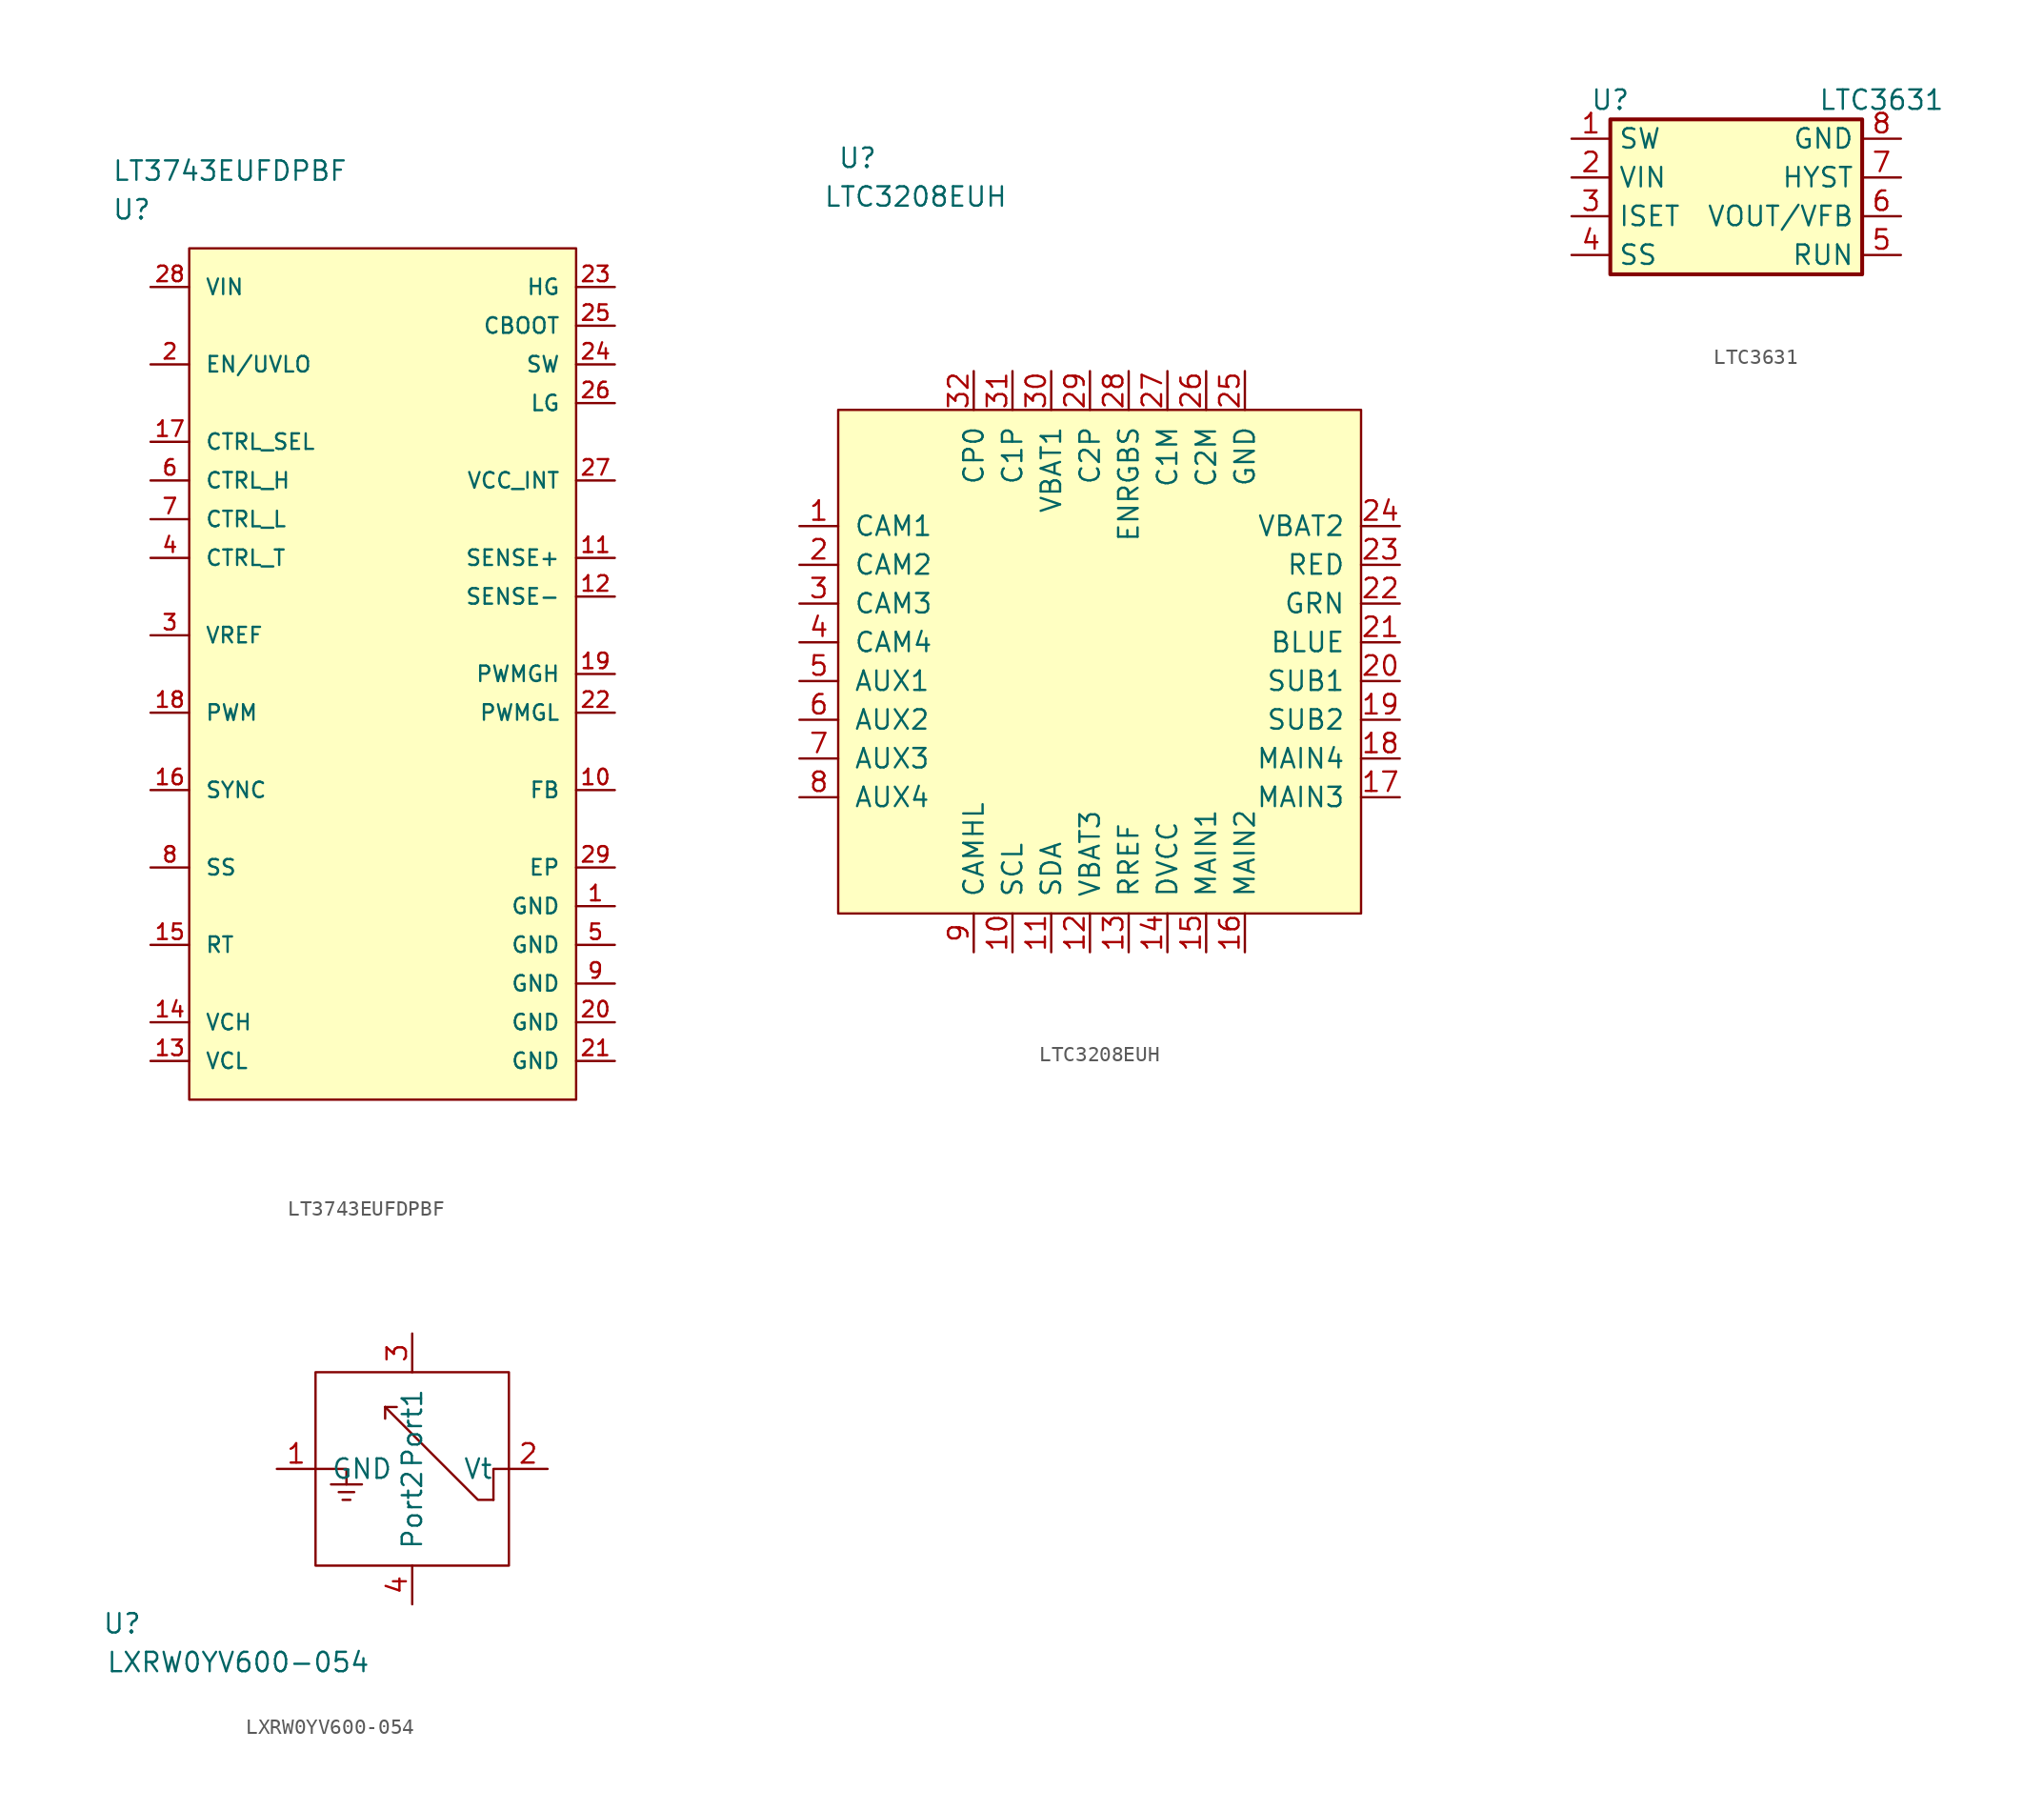
<source format=kicad_sym>
(kicad_symbol_lib
  (version 20201005)
  (generator kicad_symbol_editor)
  (symbol "mSchLibrary:LT3743EUFDPBF"
    (pin_names
      (offset 1.016))
    (property "Reference" "U"
      (at 0 5.08 0)
      (effects (font (size 1.27 1.27)) (justify left)))
    (property "Value" "LT3743EUFDPBF"
      (at 0 7.62 0)
      (effects (font (size 1.27 1.27)) (justify left)))
    (property "ki_locked" ""
      (at 0 0 0)
      (effects (font (size 1.27 1.27))))
    (symbol "LT3743EUFDPBF_1_1"
      (rectangle (start 5.08 2.54) (end 30.48 -53.34) (stroke (width 0)) (fill (type background)))
      (pin power_in line (at 33.02 -40.64 180) (length 2.54) (name "GND" (effects (font (size 1.016 1.016)))) (number "1" (effects (font (size 1.016 1.016)))))
      (pin input line (at 33.02 -33.02 180) (length 2.54) (name "FB" (effects (font (size 1.016 1.016)))) (number "10" (effects (font (size 1.016 1.016)))))
      (pin input line (at 33.02 -17.78 180) (length 2.54) (name "SENSE+" (effects (font (size 1.016 1.016)))) (number "11" (effects (font (size 1.016 1.016)))))
      (pin input line (at 33.02 -20.32 180) (length 2.54) (name "SENSE-" (effects (font (size 1.016 1.016)))) (number "12" (effects (font (size 1.016 1.016)))))
      (pin passive line (at 2.54 -50.8 0) (length 2.54) (name "VCL" (effects (font (size 1.016 1.016)))) (number "13" (effects (font (size 1.016 1.016)))))
      (pin passive line (at 2.54 -48.26 0) (length 2.54) (name "VCH" (effects (font (size 1.016 1.016)))) (number "14" (effects (font (size 1.016 1.016)))))
      (pin passive line (at 2.54 -43.18 0) (length 2.54) (name "RT" (effects (font (size 1.016 1.016)))) (number "15" (effects (font (size 1.016 1.016)))))
      (pin input line (at 2.54 -33.02 0) (length 2.54) (name "SYNC" (effects (font (size 1.016 1.016)))) (number "16" (effects (font (size 1.016 1.016)))))
      (pin input line (at 2.54 -10.16 0) (length 2.54) (name "CTRL_SEL" (effects (font (size 1.016 1.016)))) (number "17" (effects (font (size 1.016 1.016)))))
      (pin input line (at 2.54 -27.94 0) (length 2.54) (name "PWM" (effects (font (size 1.016 1.016)))) (number "18" (effects (font (size 1.016 1.016)))))
      (pin output line (at 33.02 -25.4 180) (length 2.54) (name "PWMGH" (effects (font (size 1.016 1.016)))) (number "19" (effects (font (size 1.016 1.016)))))
      (pin input line (at 2.54 -5.08 0) (length 2.54) (name "EN/UVLO" (effects (font (size 1.016 1.016)))) (number "2" (effects (font (size 1.016 1.016)))))
      (pin power_in line (at 33.02 -48.26 180) (length 2.54) (name "GND" (effects (font (size 1.016 1.016)))) (number "20" (effects (font (size 1.016 1.016)))))
      (pin power_in line (at 33.02 -50.8 180) (length 2.54) (name "GND" (effects (font (size 1.016 1.016)))) (number "21" (effects (font (size 1.016 1.016)))))
      (pin output line (at 33.02 -27.94 180) (length 2.54) (name "PWMGL" (effects (font (size 1.016 1.016)))) (number "22" (effects (font (size 1.016 1.016)))))
      (pin output line (at 33.02 0 180) (length 2.54) (name "HG" (effects (font (size 1.016 1.016)))) (number "23" (effects (font (size 1.016 1.016)))))
      (pin passive line (at 33.02 -5.08 180) (length 2.54) (name "SW" (effects (font (size 1.016 1.016)))) (number "24" (effects (font (size 1.016 1.016)))))
      (pin power_in line (at 33.02 -2.54 180) (length 2.54) (name "CBOOT" (effects (font (size 1.016 1.016)))) (number "25" (effects (font (size 1.016 1.016)))))
      (pin output line (at 33.02 -7.62 180) (length 2.54) (name "LG" (effects (font (size 1.016 1.016)))) (number "26" (effects (font (size 1.016 1.016)))))
      (pin power_in line (at 33.02 -12.7 180) (length 2.54) (name "VCC_INT" (effects (font (size 1.016 1.016)))) (number "27" (effects (font (size 1.016 1.016)))))
      (pin power_in line (at 2.54 0 0) (length 2.54) (name "VIN" (effects (font (size 1.016 1.016)))) (number "28" (effects (font (size 1.016 1.016)))))
      (pin power_in line (at 33.02 -38.1 180) (length 2.54) (name "EP" (effects (font (size 1.016 1.016)))) (number "29" (effects (font (size 1.016 1.016)))))
      (pin output line (at 2.54 -22.86 0) (length 2.54) (name "VREF" (effects (font (size 1.016 1.016)))) (number "3" (effects (font (size 1.016 1.016)))))
      (pin input line (at 2.54 -17.78 0) (length 2.54) (name "CTRL_T" (effects (font (size 1.016 1.016)))) (number "4" (effects (font (size 1.016 1.016)))))
      (pin power_in line (at 33.02 -43.18 180) (length 2.54) (name "GND" (effects (font (size 1.016 1.016)))) (number "5" (effects (font (size 1.016 1.016)))))
      (pin input line (at 2.54 -12.7 0) (length 2.54) (name "CTRL_H" (effects (font (size 1.016 1.016)))) (number "6" (effects (font (size 1.016 1.016)))))
      (pin input line (at 2.54 -15.24 0) (length 2.54) (name "CTRL_L" (effects (font (size 1.016 1.016)))) (number "7" (effects (font (size 1.016 1.016)))))
      (pin input line (at 2.54 -38.1 0) (length 2.54) (name "SS" (effects (font (size 1.016 1.016)))) (number "8" (effects (font (size 1.016 1.016)))))
      (pin power_in line (at 33.02 -45.72 180) (length 2.54) (name "GND" (effects (font (size 1.016 1.016)))) (number "9" (effects (font (size 1.016 1.016)))))))
  (symbol "mSchLibrary:LTC3208EUH"
    (pin_names
      (offset 1.016))
    (property "Reference" "U"
      (at -15.24 33.02 0)
      (effects (font (size 1.27 1.27))))
    (property "Value" "LTC3208EUH"
      (at -11.43 30.48 0)
      (effects (font (size 1.27 1.27))))
    (symbol "LTC3208EUH_0_0"
      (pin input line (at -19.05 8.89 0) (length 2.54) (name "CAM1" (effects (font (size 1.27 1.27)))) (number "1" (effects (font (size 1.27 1.27)))))
      (pin input line (at -5.08 -19.05 90) (length 2.54) (name "SCL" (effects (font (size 1.27 1.27)))) (number "10" (effects (font (size 1.27 1.27)))))
      (pin bidirectional line (at -2.54 -19.05 90) (length 2.54) (name "SDA" (effects (font (size 1.27 1.27)))) (number "11" (effects (font (size 1.27 1.27)))))
      (pin power_in line (at 0 -19.05 90) (length 2.54) (name "VBAT3" (effects (font (size 1.27 1.27)))) (number "12" (effects (font (size 1.27 1.27)))))
      (pin input line (at 2.54 -19.05 90) (length 2.54) (name "RREF" (effects (font (size 1.27 1.27)))) (number "13" (effects (font (size 1.27 1.27)))))
      (pin power_in line (at 5.08 -19.05 90) (length 2.54) (name "DVCC" (effects (font (size 1.27 1.27)))) (number "14" (effects (font (size 1.27 1.27)))))
      (pin input line (at 7.62 -19.05 90) (length 2.54) (name "MAIN1" (effects (font (size 1.27 1.27)))) (number "15" (effects (font (size 1.27 1.27)))))
      (pin input line (at 10.16 -19.05 90) (length 2.54) (name "MAIN2" (effects (font (size 1.27 1.27)))) (number "16" (effects (font (size 1.27 1.27)))))
      (pin input line (at 20.32 -8.89 180) (length 2.54) (name "MAIN3" (effects (font (size 1.27 1.27)))) (number "17" (effects (font (size 1.27 1.27)))))
      (pin input line (at 20.32 -6.35 180) (length 2.54) (name "MAIN4" (effects (font (size 1.27 1.27)))) (number "18" (effects (font (size 1.27 1.27)))))
      (pin input line (at 20.32 -3.81 180) (length 2.54) (name "SUB2" (effects (font (size 1.27 1.27)))) (number "19" (effects (font (size 1.27 1.27)))))
      (pin input line (at -19.05 6.35 0) (length 2.54) (name "CAM2" (effects (font (size 1.27 1.27)))) (number "2" (effects (font (size 1.27 1.27)))))
      (pin input line (at 20.32 -1.27 180) (length 2.54) (name "SUB1" (effects (font (size 1.27 1.27)))) (number "20" (effects (font (size 1.27 1.27)))))
      (pin input line (at 20.32 1.27 180) (length 2.54) (name "BLUE" (effects (font (size 1.27 1.27)))) (number "21" (effects (font (size 1.27 1.27)))))
      (pin input line (at 20.32 3.81 180) (length 2.54) (name "GRN" (effects (font (size 1.27 1.27)))) (number "22" (effects (font (size 1.27 1.27)))))
      (pin input line (at 20.32 6.35 180) (length 2.54) (name "RED" (effects (font (size 1.27 1.27)))) (number "23" (effects (font (size 1.27 1.27)))))
      (pin power_in line (at 20.32 8.89 180) (length 2.54) (name "VBAT2" (effects (font (size 1.27 1.27)))) (number "24" (effects (font (size 1.27 1.27)))))
      (pin power_in line (at 10.16 19.05 270) (length 2.54) (name "GND" (effects (font (size 1.27 1.27)))) (number "25" (effects (font (size 1.27 1.27)))))
      (pin input line (at 7.62 19.05 270) (length 2.54) (name "C2M" (effects (font (size 1.27 1.27)))) (number "26" (effects (font (size 1.27 1.27)))))
      (pin input line (at 5.08 19.05 270) (length 2.54) (name "C1M" (effects (font (size 1.27 1.27)))) (number "27" (effects (font (size 1.27 1.27)))))
      (pin input line (at 2.54 19.05 270) (length 2.54) (name "ENRGBS" (effects (font (size 1.27 1.27)))) (number "28" (effects (font (size 1.27 1.27)))))
      (pin input line (at 0 19.05 270) (length 2.54) (name "C2P" (effects (font (size 1.27 1.27)))) (number "29" (effects (font (size 1.27 1.27)))))
      (pin input line (at -19.05 3.81 0) (length 2.54) (name "CAM3" (effects (font (size 1.27 1.27)))) (number "3" (effects (font (size 1.27 1.27)))))
      (pin power_in line (at -2.54 19.05 270) (length 2.54) (name "VBAT1" (effects (font (size 1.27 1.27)))) (number "30" (effects (font (size 1.27 1.27)))))
      (pin input line (at -5.08 19.05 270) (length 2.54) (name "C1P" (effects (font (size 1.27 1.27)))) (number "31" (effects (font (size 1.27 1.27)))))
      (pin input line (at -7.62 19.05 270) (length 2.54) (name "CP0" (effects (font (size 1.27 1.27)))) (number "32" (effects (font (size 1.27 1.27)))))
      (pin power_in line (at -12.7 19.05 270) (length 2.54) hide (name "GND" (effects (font (size 1.27 1.27)))) (number "33" (effects (font (size 1.27 1.27)))))
      (pin input line (at -19.05 1.27 0) (length 2.54) (name "CAM4" (effects (font (size 1.27 1.27)))) (number "4" (effects (font (size 1.27 1.27)))))
      (pin input line (at -19.05 -1.27 0) (length 2.54) (name "AUX1" (effects (font (size 1.27 1.27)))) (number "5" (effects (font (size 1.27 1.27)))))
      (pin input line (at -19.05 -3.81 0) (length 2.54) (name "AUX2" (effects (font (size 1.27 1.27)))) (number "6" (effects (font (size 1.27 1.27)))))
      (pin input line (at -19.05 -6.35 0) (length 2.54) (name "AUX3" (effects (font (size 1.27 1.27)))) (number "7" (effects (font (size 1.27 1.27)))))
      (pin input line (at -19.05 -8.89 0) (length 2.54) (name "AUX4" (effects (font (size 1.27 1.27)))) (number "8" (effects (font (size 1.27 1.27)))))
      (pin input line (at -7.62 -19.05 90) (length 2.54) (name "CAMHL" (effects (font (size 1.27 1.27)))) (number "9" (effects (font (size 1.27 1.27))))))
    (symbol "LTC3208EUH_0_1"
      (rectangle (start -16.51 16.51) (end 17.78 -16.51) (stroke (width 0)) (fill (type background)))))
  (symbol "mSchLibrary:LTC3631"
    (property "Reference" "U"
      (at -7.62 6.35 0)
      (effects (font (size 1.27 1.27))))
    (property "Value" "LTC3631"
      (at 10.16 6.35 0)
      (effects (font (size 1.27 1.27))))
    (symbol "LTC3631_1_0"
      (pin power_out line (at -10.16 3.81 0) (length 2.54) (name "SW" (effects (font (size 1.27 1.27)))) (number "1" (effects (font (size 1.27 1.27)))))
      (pin power_in line (at -10.16 1.27 0) (length 2.54) (name "VIN" (effects (font (size 1.27 1.27)))) (number "2" (effects (font (size 1.27 1.27)))))
      (pin input line (at -10.16 -1.27 0) (length 2.54) (name "ISET" (effects (font (size 1.27 1.27)))) (number "3" (effects (font (size 1.27 1.27)))))
      (pin input line (at -10.16 -3.81 0) (length 2.54) (name "SS" (effects (font (size 1.27 1.27)))) (number "4" (effects (font (size 1.27 1.27)))))
      (pin input line (at 11.43 -3.81 180) (length 2.54) (name "RUN" (effects (font (size 1.27 1.27)))) (number "5" (effects (font (size 1.27 1.27)))))
      (pin power_out line (at 11.43 -1.27 180) (length 2.54) (name "VOUT/VFB" (effects (font (size 1.27 1.27)))) (number "6" (effects (font (size 1.27 1.27)))))
      (pin input line (at 11.43 1.27 180) (length 2.54) (name "HYST" (effects (font (size 1.27 1.27)))) (number "7" (effects (font (size 1.27 1.27)))))
      (pin output line (at 11.43 3.81 180) (length 2.54) (name "GND" (effects (font (size 1.27 1.27)))) (number "8" (effects (font (size 1.27 1.27)))))
      (pin output line (at 0 -7.62 90) (length 2.54) hide (name "GND" (effects (font (size 1.27 1.27)))) (number "9" (effects (font (size 1.27 1.27))))))
    (symbol "LTC3631_1_1"
      (rectangle (start -7.62 5.08) (end 8.89 -5.08) (stroke (width 0.254)) (fill (type background)))))
  (symbol "mSchLibrary:LXRW0YV600-054"
    (pin_names
      (offset 1.016))
    (property "Reference" "U"
      (at -19.05 -10.16 0)
      (effects (font (size 1.27 1.27))))
    (property "Value" "LXRW0YV600-054"
      (at -11.43 -12.7 0)
      (effects (font (size 1.27 1.27))))
    (symbol "LXRW0YV600-054_0_0"
      (pin power_in line (at -8.89 0 0) (length 2.54) (name "GND" (effects (font (size 1.27 1.27)))) (number "1" (effects (font (size 1.27 1.27)))))
      (pin power_in line (at 8.89 0 180) (length 2.54) (name "Vt" (effects (font (size 1.27 1.27)))) (number "2" (effects (font (size 1.27 1.27)))))
      (pin output line (at 0 8.89 270) (length 2.54) (name "Port1" (effects (font (size 1.27 1.27)))) (number "3" (effects (font (size 1.27 1.27)))))
      (pin output line (at 0 -8.89 90) (length 2.54) (name "Port2" (effects (font (size 1.27 1.27)))) (number "4" (effects (font (size 1.27 1.27))))))
    (symbol "LXRW0YV600-054_0_1"
      (rectangle (start -6.35 6.35) (end 6.35 -6.35) (stroke (width 0)) (fill (type none)))
      (polyline (pts (xy -5.334 -1.016) (xy -3.302 -1.016)) (stroke (width 0)) (fill (type none)))
      (polyline (pts (xy -4.826 -1.524) (xy -3.81 -1.524)) (stroke (width 0)) (fill (type none)))
      (polyline (pts (xy -4.572 -2.032) (xy -4.064 -2.032)) (stroke (width 0)) (fill (type none)))
      (polyline (pts (xy -1.778 4.064) (xy -1.778 3.302)) (stroke (width 0)) (fill (type none)))
      (polyline (pts (xy -1.778 4.064) (xy -1.016 4.064)) (stroke (width 0)) (fill (type none)))
      (polyline (pts (xy -6.35 0) (xy -4.318 0) (xy -4.318 -1.016)) (stroke (width 0)) (fill (type none)))
      (polyline (pts (xy 5.334 -2.032) (xy 4.318 -2.032) (xy -1.778 4.064)) (stroke (width 0)) (fill (type none)))
      (polyline (pts (xy 6.35 0) (xy 5.334 0) (xy 5.334 -2.032)) (stroke (width 0)) (fill (type none))))))
</source>
